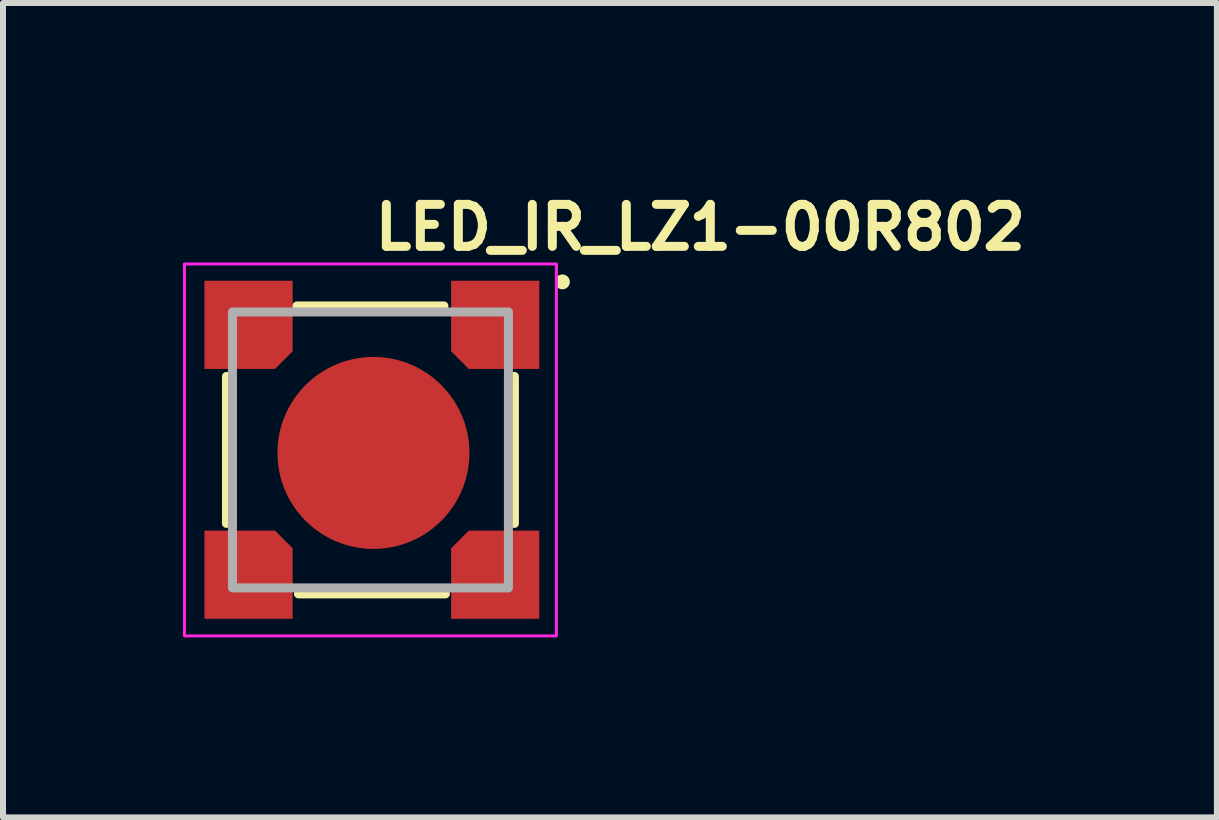
<source format=kicad_pcb>
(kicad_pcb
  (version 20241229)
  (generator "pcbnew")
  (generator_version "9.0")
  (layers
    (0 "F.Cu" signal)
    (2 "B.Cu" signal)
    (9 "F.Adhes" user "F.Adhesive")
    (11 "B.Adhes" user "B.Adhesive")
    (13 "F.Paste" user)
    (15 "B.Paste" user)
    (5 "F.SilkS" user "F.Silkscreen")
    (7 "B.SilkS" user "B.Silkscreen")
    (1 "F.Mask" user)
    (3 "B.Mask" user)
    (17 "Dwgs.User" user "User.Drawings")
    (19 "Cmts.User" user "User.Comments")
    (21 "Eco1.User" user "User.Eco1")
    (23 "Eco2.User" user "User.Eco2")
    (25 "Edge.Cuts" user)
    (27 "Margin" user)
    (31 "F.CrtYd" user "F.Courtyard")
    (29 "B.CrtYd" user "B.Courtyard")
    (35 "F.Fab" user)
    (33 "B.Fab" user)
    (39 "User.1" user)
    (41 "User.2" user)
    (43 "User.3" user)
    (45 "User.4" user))
  (footprint "LED_IR_LZ1-00R802"
    (layer "F.Cu")
    (at 3.125 4.45)
    (property "Reference" "LED_IR_LZ1-00R802" (at 0 -3.3 0) (unlocked yes) (layer "F.SilkS") (effects (font (size 0.7 0.7) (thickness 0.15)) (justify left bottom)))
    (attr smd)
    (fp_line (start -2.4 -1.225) (end -2.4 1.225) (stroke (width 0.15) (type solid)) (layer "F.SilkS"))
    (fp_line (start 1.225 -2.4) (end -1.225 -2.4) (stroke (width 0.15) (type solid)) (layer "F.SilkS"))
    (fp_line (start 1.25 2.4) (end -1.2 2.4) (stroke (width 0.15) (type solid)) (layer "F.SilkS"))
    (fp_line (start 2.4 -1.225) (end 2.4 1.225) (stroke (width 0.15) (type solid)) (layer "F.SilkS"))
    (fp_circle (center 3.2 -2.801) (end 3.249 -2.801) (stroke (width 0.15) (type solid)) (fill yes) (layer "F.SilkS"))
    (fp_rect (start -3.1 -3.1) (end 3.1 3.1) (stroke (width 0.05) (type solid)) (fill no) (layer "F.CrtYd"))
    (fp_rect (start -2.3 -2.3) (end 2.3 2.3) (stroke (width 0.15) (type solid)) (fill no) (layer "F.Fab"))
    (fp_rect (start -2.202 -2.202) (end 2.2 2.2) (stroke (width 0.1) (type solid)) (fill no) (layer "User.5"))
    (fp_line (start -2.202 -1.851) (end -2.202 1.85) (stroke (width 0.02) (type solid)) (layer "User.9"))
    (fp_line (start -2.202 1.85) (end -2.183 1.85) (stroke (width 0.02) (type solid)) (layer "User.9"))
    (fp_line (start -2.183 -1.851) (end -2.202 -1.851) (stroke (width 0.02) (type solid)) (layer "User.9"))
    (fp_line (start -2.183 1.85) (end -2.166 1.85) (stroke (width 0.02) (type solid)) (layer "User.9"))
    (fp_line (start -2.166 -1.853) (end -2.183 -1.851) (stroke (width 0.02) (type solid)) (layer "User.9"))
    (fp_line (start -2.166 1.85) (end -2.149 1.852) (stroke (width 0.02) (type solid)) (layer "User.9"))
    (fp_line (start -2.149 -1.855) (end -2.166 -1.853) (stroke (width 0.02) (type solid)) (layer "User.9"))
    (fp_line (start -2.149 1.852) (end -2.133 1.856) (stroke (width 0.02) (type solid)) (layer "User.9"))
    (fp_line (start -2.133 -1.857) (end -2.149 -1.855) (stroke (width 0.02) (type solid)) (layer "User.9"))
    (fp_line (start -2.133 1.856) (end -2.116 1.86) (stroke (width 0.02) (type solid)) (layer "User.9"))
    (fp_line (start -2.116 -1.861) (end -2.133 -1.857) (stroke (width 0.02) (type solid)) (layer "User.9"))
    (fp_line (start -2.116 1.86) (end -2.1 1.864) (stroke (width 0.02) (type solid)) (layer "User.9"))
    (fp_line (start -2.1 -1.867) (end -2.116 -1.861) (stroke (width 0.02) (type solid)) (layer "User.9"))
    (fp_line (start -2.1 1.864) (end -2.082 1.87) (stroke (width 0.02) (type solid)) (layer "User.9"))
    (fp_line (start -2.082 -1.871) (end -2.1 -1.867) (stroke (width 0.02) (type solid)) (layer "User.9"))
    (fp_line (start -2.082 1.87) (end -2.068 1.876) (stroke (width 0.02) (type solid)) (layer "User.9"))
    (fp_line (start -2.068 -1.877) (end -2.082 -1.871) (stroke (width 0.02) (type solid)) (layer "User.9"))
    (fp_line (start -2.068 1.876) (end -2.052 1.882) (stroke (width 0.02) (type solid)) (layer "User.9"))
    (fp_line (start -2.052 -1.885) (end -2.068 -1.877) (stroke (width 0.02) (type solid)) (layer "User.9"))
    (fp_line (start -2.052 1.882) (end -2.036 1.89) (stroke (width 0.02) (type solid)) (layer "User.9"))
    (fp_line (start -2.036 -1.893) (end -2.052 -1.885) (stroke (width 0.02) (type solid)) (layer "User.9"))
    (fp_line (start -2.036 1.89) (end -2.021 1.898) (stroke (width 0.02) (type solid)) (layer "User.9"))
    (fp_line (start -2.021 -1.901) (end -2.036 -1.893) (stroke (width 0.02) (type solid)) (layer "User.9"))
    (fp_line (start -2.021 1.898) (end -2.007 1.908) (stroke (width 0.02) (type solid)) (layer "User.9"))
    (fp_line (start -2.007 -1.909) (end -2.021 -1.901) (stroke (width 0.02) (type solid)) (layer "User.9"))
    (fp_line (start -2.007 1.908) (end -1.992 1.918) (stroke (width 0.02) (type solid)) (layer "User.9"))
    (fp_line (start -1.992 -1.919) (end -2.007 -1.909) (stroke (width 0.02) (type solid)) (layer "User.9"))
    (fp_line (start -1.992 1.918) (end -1.98 1.929) (stroke (width 0.02) (type solid)) (layer "User.9"))
    (fp_line (start -1.98 -1.93) (end -1.992 -1.919) (stroke (width 0.02) (type solid)) (layer "User.9"))
    (fp_line (start -1.98 1.929) (end -1.966 1.939) (stroke (width 0.02) (type solid)) (layer "User.9"))
    (fp_line (start -1.966 -1.942) (end -1.98 -1.93) (stroke (width 0.02) (type solid)) (layer "User.9"))
    (fp_line (start -1.966 1.939) (end -1.954 1.951) (stroke (width 0.02) (type solid)) (layer "User.9"))
    (fp_line (start -1.954 -1.954) (end -1.966 -1.942) (stroke (width 0.02) (type solid)) (layer "User.9"))
    (fp_line (start -1.954 -1.954) (end -1.954 -1.954) (stroke (width 0.02) (type solid)) (layer "User.9"))
    (fp_line (start -1.954 1.951) (end -1.954 1.951) (stroke (width 0.02) (type solid)) (layer "User.9"))
    (fp_line (start -1.954 1.951) (end -1.942 1.965) (stroke (width 0.02) (type solid)) (layer "User.9"))
    (fp_line (start -1.942 -1.966) (end -1.954 -1.954) (stroke (width 0.02) (type solid)) (layer "User.9"))
    (fp_line (start -1.942 1.965) (end -1.93 1.977) (stroke (width 0.02) (type solid)) (layer "User.9"))
    (fp_line (start -1.93 -1.98) (end -1.942 -1.966) (stroke (width 0.02) (type solid)) (layer "User.9"))
    (fp_line (start -1.93 1.977) (end -1.919 1.991) (stroke (width 0.02) (type solid)) (layer "User.9"))
    (fp_line (start -1.919 -1.992) (end -1.93 -1.98) (stroke (width 0.02) (type solid)) (layer "User.9"))
    (fp_line (start -1.919 1.991) (end -1.909 2.004) (stroke (width 0.02) (type solid)) (layer "User.9"))
    (fp_line (start -1.909 -2.007) (end -1.919 -1.992) (stroke (width 0.02) (type solid)) (layer "User.9"))
    (fp_line (start -1.909 2.004) (end -1.901 2.019) (stroke (width 0.02) (type solid)) (layer "User.9"))
    (fp_line (start -1.901 -2.021) (end -1.909 -2.007) (stroke (width 0.02) (type solid)) (layer "User.9"))
    (fp_line (start -1.901 2.019) (end -1.893 2.035) (stroke (width 0.02) (type solid)) (layer "User.9"))
    (fp_line (start -1.893 -2.036) (end -1.901 -2.021) (stroke (width 0.02) (type solid)) (layer "User.9"))
    (fp_line (start -1.893 2.035) (end -1.885 2.049) (stroke (width 0.02) (type solid)) (layer "User.9"))
    (fp_line (start -1.885 -2.052) (end -1.893 -2.036) (stroke (width 0.02) (type solid)) (layer "User.9"))
    (fp_line (start -1.885 2.049) (end -1.877 2.065) (stroke (width 0.02) (type solid)) (layer "User.9"))
    (fp_line (start -1.877 -2.068) (end -1.885 -2.052) (stroke (width 0.02) (type solid)) (layer "User.9"))
    (fp_line (start -1.877 2.065) (end -1.871 2.08) (stroke (width 0.02) (type solid)) (layer "User.9"))
    (fp_line (start -1.871 -2.082) (end -1.877 -2.068) (stroke (width 0.02) (type solid)) (layer "User.9"))
    (fp_line (start -1.871 2.08) (end -1.867 2.097) (stroke (width 0.02) (type solid)) (layer "User.9"))
    (fp_line (start -1.867 -2.1) (end -1.871 -2.082) (stroke (width 0.02) (type solid)) (layer "User.9"))
    (fp_line (start -1.867 2.097) (end -1.861 2.113) (stroke (width 0.02) (type solid)) (layer "User.9"))
    (fp_line (start -1.861 -2.116) (end -1.867 -2.1) (stroke (width 0.02) (type solid)) (layer "User.9"))
    (fp_line (start -1.861 2.113) (end -1.857 2.131) (stroke (width 0.02) (type solid)) (layer "User.9"))
    (fp_line (start -1.857 -2.133) (end -1.861 -2.116) (stroke (width 0.02) (type solid)) (layer "User.9"))
    (fp_line (start -1.857 2.131) (end -1.855 2.148) (stroke (width 0.02) (type solid)) (layer "User.9"))
    (fp_line (start -1.855 -2.149) (end -1.857 -2.133) (stroke (width 0.02) (type solid)) (layer "User.9"))
    (fp_line (start -1.855 2.148) (end -1.853 2.164) (stroke (width 0.02) (type solid)) (layer "User.9"))
    (fp_line (start -1.853 -2.166) (end -1.855 -2.149) (stroke (width 0.02) (type solid)) (layer "User.9"))
    (fp_line (start -1.853 2.164) (end -1.851 2.181) (stroke (width 0.02) (type solid)) (layer "User.9"))
    (fp_line (start -1.851 -2.202) (end -1.851 -2.183) (stroke (width 0.02) (type solid)) (layer "User.9"))
    (fp_line (start -1.851 -2.183) (end -1.853 -2.166) (stroke (width 0.02) (type solid)) (layer "User.9"))
    (fp_line (start -1.851 2.181) (end -1.851 2.2) (stroke (width 0.02) (type solid)) (layer "User.9"))
    (fp_line (start -1.851 2.2) (end 1.85 2.2) (stroke (width 0.02) (type solid)) (layer "User.9"))
    (fp_line (start -1.805 0) (end -1.805 0) (stroke (width 0.02) (type solid)) (layer "User.9"))
    (fp_line (start -1.805 0) (end -1.803 0.091) (stroke (width 0.02) (type solid)) (layer "User.9"))
    (fp_line (start -1.803 -0.093) (end -1.805 0) (stroke (width 0.02) (type solid)) (layer "User.9"))
    (fp_line (start -1.803 0.091) (end -1.797 0.183) (stroke (width 0.02) (type solid)) (layer "User.9"))
    (fp_line (start -1.797 -0.185) (end -1.803 -0.093) (stroke (width 0.02) (type solid)) (layer "User.9"))
    (fp_line (start -1.797 0.183) (end -1.786 0.274) (stroke (width 0.02) (type solid)) (layer "User.9"))
    (fp_line (start -1.786 -0.276) (end -1.797 -0.185) (stroke (width 0.02) (type solid)) (layer "User.9"))
    (fp_line (start -1.786 0.274) (end -1.77 0.362) (stroke (width 0.02) (type solid)) (layer "User.9"))
    (fp_line (start -1.77 -0.364) (end -1.786 -0.276) (stroke (width 0.02) (type solid)) (layer "User.9"))
    (fp_line (start -1.77 0.362) (end -1.75 0.451) (stroke (width 0.02) (type solid)) (layer "User.9"))
    (fp_line (start -1.75 -0.453) (end -1.77 -0.364) (stroke (width 0.02) (type solid)) (layer "User.9"))
    (fp_line (start -1.75 0.451) (end -1.724 0.536) (stroke (width 0.02) (type solid)) (layer "User.9"))
    (fp_line (start -1.724 -0.538) (end -1.75 -0.453) (stroke (width 0.02) (type solid)) (layer "User.9"))
    (fp_line (start -1.724 0.536) (end -1.696 0.619) (stroke (width 0.02) (type solid)) (layer "User.9"))
    (fp_line (start -1.696 -0.621) (end -1.724 -0.538) (stroke (width 0.02) (type solid)) (layer "User.9"))
    (fp_line (start -1.696 0.619) (end -1.665 0.702) (stroke (width 0.02) (type solid)) (layer "User.9"))
    (fp_line (start -1.665 -0.704) (end -1.696 -0.621) (stroke (width 0.02) (type solid)) (layer "User.9"))
    (fp_line (start -1.665 0.702) (end -1.629 0.782) (stroke (width 0.02) (type solid)) (layer "User.9"))
    (fp_line (start -1.629 -0.784) (end -1.665 -0.704) (stroke (width 0.02) (type solid)) (layer "User.9"))
    (fp_line (start -1.629 0.782) (end -1.589 0.859) (stroke (width 0.02) (type solid)) (layer "User.9"))
    (fp_line (start -1.589 -0.861) (end -1.629 -0.784) (stroke (width 0.02) (type solid)) (layer "User.9"))
    (fp_line (start -1.589 0.859) (end -1.545 0.935) (stroke (width 0.02) (type solid)) (layer "User.9"))
    (fp_line (start -1.545 -0.937) (end -1.589 -0.861) (stroke (width 0.02) (type solid)) (layer "User.9"))
    (fp_line (start -1.545 0.935) (end -1.498 1.009) (stroke (width 0.02) (type solid)) (layer "User.9"))
    (fp_line (start -1.498 -1.01) (end -1.545 -0.937) (stroke (width 0.02) (type solid)) (layer "User.9"))
    (fp_line (start -1.498 1.009) (end -1.448 1.078) (stroke (width 0.02) (type solid)) (layer "User.9"))
    (fp_line (start -1.448 -1.081) (end -1.498 -1.01) (stroke (width 0.02) (type solid)) (layer "User.9"))
    (fp_line (start -1.448 1.078) (end -1.393 1.148) (stroke (width 0.02) (type solid)) (layer "User.9"))
    (fp_line (start -1.393 -1.149) (end -1.448 -1.081) (stroke (width 0.02) (type solid)) (layer "User.9"))
    (fp_line (start -1.393 1.148) (end -1.337 1.213) (stroke (width 0.02) (type solid)) (layer "User.9"))
    (fp_line (start -1.337 -1.214) (end -1.393 -1.149) (stroke (width 0.02) (type solid)) (layer "User.9"))
    (fp_line (start -1.337 1.213) (end -1.278 1.275) (stroke (width 0.02) (type solid)) (layer "User.9"))
    (fp_line (start -1.278 -1.278) (end -1.337 -1.214) (stroke (width 0.02) (type solid)) (layer "User.9"))
    (fp_line (start -1.278 1.275) (end -1.214 1.336) (stroke (width 0.02) (type solid)) (layer "User.9"))
    (fp_line (start -1.214 -1.337) (end -1.278 -1.278) (stroke (width 0.02) (type solid)) (layer "User.9"))
    (fp_line (start -1.214 1.336) (end -1.149 1.392) (stroke (width 0.02) (type solid)) (layer "User.9"))
    (fp_line (start -1.149 -1.393) (end -1.214 -1.337) (stroke (width 0.02) (type solid)) (layer "User.9"))
    (fp_line (start -1.149 1.392) (end -1.081 1.445) (stroke (width 0.02) (type solid)) (layer "User.9"))
    (fp_line (start -1.081 -1.448) (end -1.149 -1.393) (stroke (width 0.02) (type solid)) (layer "User.9"))
    (fp_line (start -1.081 1.445) (end -1.01 1.495) (stroke (width 0.02) (type solid)) (layer "User.9"))
    (fp_line (start -1.01 -1.498) (end -1.081 -1.448) (stroke (width 0.02) (type solid)) (layer "User.9"))
    (fp_line (start -1.01 1.495) (end -0.937 1.542) (stroke (width 0.02) (type solid)) (layer "User.9"))
    (fp_line (start -0.937 -1.545) (end -1.01 -1.498) (stroke (width 0.02) (type solid)) (layer "User.9"))
    (fp_line (start -0.937 1.542) (end -0.861 1.586) (stroke (width 0.02) (type solid)) (layer "User.9"))
    (fp_line (start -0.861 -1.589) (end -0.937 -1.545) (stroke (width 0.02) (type solid)) (layer "User.9"))
    (fp_line (start -0.861 1.586) (end -0.784 1.626) (stroke (width 0.02) (type solid)) (layer "User.9"))
    (fp_line (start -0.784 -1.629) (end -0.861 -1.589) (stroke (width 0.02) (type solid)) (layer "User.9"))
    (fp_line (start -0.784 1.626) (end -0.704 1.662) (stroke (width 0.02) (type solid)) (layer "User.9"))
    (fp_line (start -0.704 -1.665) (end -0.784 -1.629) (stroke (width 0.02) (type solid)) (layer "User.9"))
    (fp_line (start -0.704 1.662) (end -0.621 1.695) (stroke (width 0.02) (type solid)) (layer "User.9"))
    (fp_line (start -0.621 -1.696) (end -0.704 -1.665) (stroke (width 0.02) (type solid)) (layer "User.9"))
    (fp_line (start -0.621 1.695) (end -0.538 1.723) (stroke (width 0.02) (type solid)) (layer "User.9"))
    (fp_line (start -0.538 -1.724) (end -0.621 -1.696) (stroke (width 0.02) (type solid)) (layer "User.9"))
    (fp_line (start -0.538 1.723) (end -0.453 1.747) (stroke (width 0.02) (type solid)) (layer "User.9"))
    (fp_line (start -0.453 -1.75) (end -0.538 -1.724) (stroke (width 0.02) (type solid)) (layer "User.9"))
    (fp_line (start -0.453 1.747) (end -0.364 1.767) (stroke (width 0.02) (type solid)) (layer "User.9"))
    (fp_line (start -0.364 -1.77) (end -0.453 -1.75) (stroke (width 0.02) (type solid)) (layer "User.9"))
    (fp_line (start -0.364 1.767) (end -0.276 1.783) (stroke (width 0.02) (type solid)) (layer "User.9"))
    (fp_line (start -0.276 -1.786) (end -0.364 -1.77) (stroke (width 0.02) (type solid)) (layer "User.9"))
    (fp_line (start -0.276 1.783) (end -0.185 1.794) (stroke (width 0.02) (type solid)) (layer "User.9"))
    (fp_line (start -0.185 -1.797) (end -0.276 -1.786) (stroke (width 0.02) (type solid)) (layer "User.9"))
    (fp_line (start -0.185 1.794) (end -0.093 1.802) (stroke (width 0.02) (type solid)) (layer "User.9"))
    (fp_line (start -0.093 -1.803) (end -0.185 -1.797) (stroke (width 0.02) (type solid)) (layer "User.9"))
    (fp_line (start -0.093 1.802) (end 0 1.804) (stroke (width 0.02) (type solid)) (layer "User.9"))
    (fp_line (start 0 -1.805) (end -0.093 -1.803) (stroke (width 0.02) (type solid)) (layer "User.9"))
    (fp_line (start 0 -1.805) (end 0 -1.805) (stroke (width 0.02) (type solid)) (layer "User.9"))
    (fp_line (start 0 1.804) (end 0 1.804) (stroke (width 0.02) (type solid)) (layer "User.9"))
    (fp_line (start 0 1.804) (end 0.091 1.802) (stroke (width 0.02) (type solid)) (layer "User.9"))
    (fp_line (start 0.091 -1.803) (end 0 -1.805) (stroke (width 0.02) (type solid)) (layer "User.9"))
    (fp_line (start 0.091 1.802) (end 0.183 1.794) (stroke (width 0.02) (type solid)) (layer "User.9"))
    (fp_line (start 0.183 -1.797) (end 0.091 -1.803) (stroke (width 0.02) (type solid)) (layer "User.9"))
    (fp_line (start 0.183 1.794) (end 0.274 1.783) (stroke (width 0.02) (type solid)) (layer "User.9"))
    (fp_line (start 0.274 -1.786) (end 0.183 -1.797) (stroke (width 0.02) (type solid)) (layer "User.9"))
    (fp_line (start 0.274 1.783) (end 0.362 1.767) (stroke (width 0.02) (type solid)) (layer "User.9"))
    (fp_line (start 0.362 -1.77) (end 0.274 -1.786) (stroke (width 0.02) (type solid)) (layer "User.9"))
    (fp_line (start 0.362 1.767) (end 0.451 1.747) (stroke (width 0.02) (type solid)) (layer "User.9"))
    (fp_line (start 0.451 -1.75) (end 0.362 -1.77) (stroke (width 0.02) (type solid)) (layer "User.9"))
    (fp_line (start 0.451 1.747) (end 0.536 1.723) (stroke (width 0.02) (type solid)) (layer "User.9"))
    (fp_line (start 0.536 -1.724) (end 0.451 -1.75) (stroke (width 0.02) (type solid)) (layer "User.9"))
    (fp_line (start 0.536 1.723) (end 0.619 1.695) (stroke (width 0.02) (type solid)) (layer "User.9"))
    (fp_line (start 0.619 -1.696) (end 0.536 -1.724) (stroke (width 0.02) (type solid)) (layer "User.9"))
    (fp_line (start 0.619 1.695) (end 0.702 1.662) (stroke (width 0.02) (type solid)) (layer "User.9"))
    (fp_line (start 0.702 -1.665) (end 0.619 -1.696) (stroke (width 0.02) (type solid)) (layer "User.9"))
    (fp_line (start 0.702 1.662) (end 0.782 1.626) (stroke (width 0.02) (type solid)) (layer "User.9"))
    (fp_line (start 0.782 -1.629) (end 0.702 -1.665) (stroke (width 0.02) (type solid)) (layer "User.9"))
    (fp_line (start 0.782 1.626) (end 0.859 1.586) (stroke (width 0.02) (type solid)) (layer "User.9"))
    (fp_line (start 0.859 -1.589) (end 0.782 -1.629) (stroke (width 0.02) (type solid)) (layer "User.9"))
    (fp_line (start 0.859 1.586) (end 0.935 1.542) (stroke (width 0.02) (type solid)) (layer "User.9"))
    (fp_line (start 0.935 -1.545) (end 0.859 -1.589) (stroke (width 0.02) (type solid)) (layer "User.9"))
    (fp_line (start 0.935 1.542) (end 1.009 1.495) (stroke (width 0.02) (type solid)) (layer "User.9"))
    (fp_line (start 1.009 -1.498) (end 0.935 -1.545) (stroke (width 0.02) (type solid)) (layer "User.9"))
    (fp_line (start 1.009 1.495) (end 1.078 1.445) (stroke (width 0.02) (type solid)) (layer "User.9"))
    (fp_line (start 1.078 -1.448) (end 1.009 -1.498) (stroke (width 0.02) (type solid)) (layer "User.9"))
    (fp_line (start 1.078 1.445) (end 1.148 1.392) (stroke (width 0.02) (type solid)) (layer "User.9"))
    (fp_line (start 1.148 -1.393) (end 1.078 -1.448) (stroke (width 0.02) (type solid)) (layer "User.9"))
    (fp_line (start 1.148 1.392) (end 1.213 1.336) (stroke (width 0.02) (type solid)) (layer "User.9"))
    (fp_line (start 1.213 -1.337) (end 1.148 -1.393) (stroke (width 0.02) (type solid)) (layer "User.9"))
    (fp_line (start 1.213 1.336) (end 1.275 1.275) (stroke (width 0.02) (type solid)) (layer "User.9"))
    (fp_line (start 1.275 -1.278) (end 1.213 -1.337) (stroke (width 0.02) (type solid)) (layer "User.9"))
    (fp_line (start 1.275 1.275) (end 1.336 1.213) (stroke (width 0.02) (type solid)) (layer "User.9"))
    (fp_line (start 1.336 -1.214) (end 1.275 -1.278) (stroke (width 0.02) (type solid)) (layer "User.9"))
    (fp_line (start 1.336 1.213) (end 1.392 1.148) (stroke (width 0.02) (type solid)) (layer "User.9"))
    (fp_line (start 1.35 -1.851) (end 1.35 -1.351) (stroke (width 0.02) (type solid)) (layer "User.9"))
    (fp_line (start 1.35 -1.351) (end 1.85 -1.351) (stroke (width 0.02) (type solid)) (layer "User.9"))
    (fp_line (start 1.392 -1.149) (end 1.336 -1.214) (stroke (width 0.02) (type solid)) (layer "User.9"))
    (fp_line (start 1.392 1.148) (end 1.445 1.078) (stroke (width 0.02) (type solid)) (layer "User.9"))
    (fp_line (start 1.445 -1.081) (end 1.392 -1.149) (stroke (width 0.02) (type solid)) (layer "User.9"))
    (fp_line (start 1.445 1.078) (end 1.495 1.009) (stroke (width 0.02) (type solid)) (layer "User.9"))
    (fp_line (start 1.495 -1.01) (end 1.445 -1.081) (stroke (width 0.02) (type solid)) (layer "User.9"))
    (fp_line (start 1.495 1.009) (end 1.542 0.935) (stroke (width 0.02) (type solid)) (layer "User.9"))
    (fp_line (start 1.542 -0.937) (end 1.495 -1.01) (stroke (width 0.02) (type solid)) (layer "User.9"))
    (fp_line (start 1.542 0.935) (end 1.586 0.859) (stroke (width 0.02) (type solid)) (layer "User.9"))
    (fp_line (start 1.586 -0.861) (end 1.542 -0.937) (stroke (width 0.02) (type solid)) (layer "User.9"))
    (fp_line (start 1.586 0.859) (end 1.626 0.782) (stroke (width 0.02) (type solid)) (layer "User.9"))
    (fp_line (start 1.626 -0.784) (end 1.586 -0.861) (stroke (width 0.02) (type solid)) (layer "User.9"))
    (fp_line (start 1.626 0.782) (end 1.662 0.702) (stroke (width 0.02) (type solid)) (layer "User.9"))
    (fp_line (start 1.662 -0.704) (end 1.626 -0.784) (stroke (width 0.02) (type solid)) (layer "User.9"))
    (fp_line (start 1.662 0.702) (end 1.695 0.619) (stroke (width 0.02) (type solid)) (layer "User.9"))
    (fp_line (start 1.695 -0.621) (end 1.662 -0.704) (stroke (width 0.02) (type solid)) (layer "User.9"))
    (fp_line (start 1.695 0.619) (end 1.723 0.536) (stroke (width 0.02) (type solid)) (layer "User.9"))
    (fp_line (start 1.723 -0.538) (end 1.695 -0.621) (stroke (width 0.02) (type solid)) (layer "User.9"))
    (fp_line (start 1.723 0.536) (end 1.747 0.451) (stroke (width 0.02) (type solid)) (layer "User.9"))
    (fp_line (start 1.747 -0.453) (end 1.723 -0.538) (stroke (width 0.02) (type solid)) (layer "User.9"))
    (fp_line (start 1.747 0.451) (end 1.767 0.362) (stroke (width 0.02) (type solid)) (layer "User.9"))
    (fp_line (start 1.767 -0.364) (end 1.747 -0.453) (stroke (width 0.02) (type solid)) (layer "User.9"))
    (fp_line (start 1.767 0.362) (end 1.783 0.274) (stroke (width 0.02) (type solid)) (layer "User.9"))
    (fp_line (start 1.783 -0.276) (end 1.767 -0.364) (stroke (width 0.02) (type solid)) (layer "User.9"))
    (fp_line (start 1.783 0.274) (end 1.794 0.183) (stroke (width 0.02) (type solid)) (layer "User.9"))
    (fp_line (start 1.794 -0.185) (end 1.783 -0.276) (stroke (width 0.02) (type solid)) (layer "User.9"))
    (fp_line (start 1.794 0.183) (end 1.802 0.091) (stroke (width 0.02) (type solid)) (layer "User.9"))
    (fp_line (start 1.802 -0.093) (end 1.794 -0.185) (stroke (width 0.02) (type solid)) (layer "User.9"))
    (fp_line (start 1.802 0.091) (end 1.804 0) (stroke (width 0.02) (type solid)) (layer "User.9"))
    (fp_line (start 1.804 0) (end 1.802 -0.093) (stroke (width 0.02) (type solid)) (layer "User.9"))
    (fp_line (start 1.804 0) (end 1.804 0) (stroke (width 0.02) (type solid)) (layer "User.9"))
    (fp_line (start 1.804 0) (end 1.804 0) (stroke (width 0.02) (type solid)) (layer "User.9"))
    (fp_line (start 1.85 -2.202) (end -1.851 -2.202) (stroke (width 0.02) (type solid)) (layer "User.9"))
    (fp_line (start 1.85 -2.183) (end 1.85 -2.202) (stroke (width 0.02) (type solid)) (layer "User.9"))
    (fp_line (start 1.85 -2.166) (end 1.85 -2.183) (stroke (width 0.02) (type solid)) (layer "User.9"))
    (fp_line (start 1.85 -1.851) (end 1.35 -1.851) (stroke (width 0.02) (type solid)) (layer "User.9"))
    (fp_line (start 1.85 -1.351) (end 1.85 -1.851) (stroke (width 0.02) (type solid)) (layer "User.9"))
    (fp_line (start 1.85 2.164) (end 1.852 2.148) (stroke (width 0.02) (type solid)) (layer "User.9"))
    (fp_line (start 1.85 2.181) (end 1.85 2.164) (stroke (width 0.02) (type solid)) (layer "User.9"))
    (fp_line (start 1.85 2.2) (end 1.85 2.181) (stroke (width 0.02) (type solid)) (layer "User.9"))
    (fp_line (start 1.852 -2.149) (end 1.85 -2.166) (stroke (width 0.02) (type solid)) (layer "User.9"))
    (fp_line (start 1.852 2.148) (end 1.856 2.131) (stroke (width 0.02) (type solid)) (layer "User.9"))
    (fp_line (start 1.856 -2.133) (end 1.852 -2.149) (stroke (width 0.02) (type solid)) (layer "User.9"))
    (fp_line (start 1.856 2.131) (end 1.86 2.113) (stroke (width 0.02) (type solid)) (layer "User.9"))
    (fp_line (start 1.86 -2.116) (end 1.856 -2.133) (stroke (width 0.02) (type solid)) (layer "User.9"))
    (fp_line (start 1.86 2.113) (end 1.864 2.097) (stroke (width 0.02) (type solid)) (layer "User.9"))
    (fp_line (start 1.864 -2.1) (end 1.86 -2.116) (stroke (width 0.02) (type solid)) (layer "User.9"))
    (fp_line (start 1.864 2.097) (end 1.87 2.08) (stroke (width 0.02) (type solid)) (layer "User.9"))
    (fp_line (start 1.87 -2.082) (end 1.864 -2.1) (stroke (width 0.02) (type solid)) (layer "User.9"))
    (fp_line (start 1.87 2.08) (end 1.876 2.065) (stroke (width 0.02) (type solid)) (layer "User.9"))
    (fp_line (start 1.876 -2.068) (end 1.87 -2.082) (stroke (width 0.02) (type solid)) (layer "User.9"))
    (fp_line (start 1.876 2.065) (end 1.882 2.049) (stroke (width 0.02) (type solid)) (layer "User.9"))
    (fp_line (start 1.882 -2.052) (end 1.876 -2.068) (stroke (width 0.02) (type solid)) (layer "User.9"))
    (fp_line (start 1.882 2.049) (end 1.89 2.035) (stroke (width 0.02) (type solid)) (layer "User.9"))
    (fp_line (start 1.89 -2.036) (end 1.882 -2.052) (stroke (width 0.02) (type solid)) (layer "User.9"))
    (fp_line (start 1.89 2.035) (end 1.898 2.019) (stroke (width 0.02) (type solid)) (layer "User.9"))
    (fp_line (start 1.898 -2.021) (end 1.89 -2.036) (stroke (width 0.02) (type solid)) (layer "User.9"))
    (fp_line (start 1.898 2.019) (end 1.908 2.004) (stroke (width 0.02) (type solid)) (layer "User.9"))
    (fp_line (start 1.908 -2.007) (end 1.898 -2.021) (stroke (width 0.02) (type solid)) (layer "User.9"))
    (fp_line (start 1.908 2.004) (end 1.918 1.991) (stroke (width 0.02) (type solid)) (layer "User.9"))
    (fp_line (start 1.918 -1.992) (end 1.908 -2.007) (stroke (width 0.02) (type solid)) (layer "User.9"))
    (fp_line (start 1.918 1.991) (end 1.929 1.977) (stroke (width 0.02) (type solid)) (layer "User.9"))
    (fp_line (start 1.929 -1.98) (end 1.918 -1.992) (stroke (width 0.02) (type solid)) (layer "User.9"))
    (fp_line (start 1.929 1.977) (end 1.939 1.965) (stroke (width 0.02) (type solid)) (layer "User.9"))
    (fp_line (start 1.939 -1.966) (end 1.929 -1.98) (stroke (width 0.02) (type solid)) (layer "User.9"))
    (fp_line (start 1.939 1.965) (end 1.951 1.951) (stroke (width 0.02) (type solid)) (layer "User.9"))
    (fp_line (start 1.951 -1.954) (end 1.939 -1.966) (stroke (width 0.02) (type solid)) (layer "User.9"))
    (fp_line (start 1.951 -1.954) (end 1.951 -1.954) (stroke (width 0.02) (type solid)) (layer "User.9"))
    (fp_line (start 1.951 1.951) (end 1.951 1.951) (stroke (width 0.02) (type solid)) (layer "User.9"))
    (fp_line (start 1.951 1.951) (end 1.965 1.939) (stroke (width 0.02) (type solid)) (layer "User.9"))
    (fp_line (start 1.965 -1.942) (end 1.951 -1.954) (stroke (width 0.02) (type solid)) (layer "User.9"))
    (fp_line (start 1.965 1.939) (end 1.977 1.929) (stroke (width 0.02) (type solid)) (layer "User.9"))
    (fp_line (start 1.977 -1.93) (end 1.965 -1.942) (stroke (width 0.02) (type solid)) (layer "User.9"))
    (fp_line (start 1.977 1.929) (end 1.991 1.918) (stroke (width 0.02) (type solid)) (layer "User.9"))
    (fp_line (start 1.991 -1.919) (end 1.977 -1.93) (stroke (width 0.02) (type solid)) (layer "User.9"))
    (fp_line (start 1.991 1.918) (end 2.004 1.908) (stroke (width 0.02) (type solid)) (layer "User.9"))
    (fp_line (start 2.004 -1.909) (end 1.991 -1.919) (stroke (width 0.02) (type solid)) (layer "User.9"))
    (fp_line (start 2.004 1.908) (end 2.019 1.898) (stroke (width 0.02) (type solid)) (layer "User.9"))
    (fp_line (start 2.019 -1.901) (end 2.004 -1.909) (stroke (width 0.02) (type solid)) (layer "User.9"))
    (fp_line (start 2.019 1.898) (end 2.035 1.89) (stroke (width 0.02) (type solid)) (layer "User.9"))
    (fp_line (start 2.035 -1.893) (end 2.019 -1.901) (stroke (width 0.02) (type solid)) (layer "User.9"))
    (fp_line (start 2.035 1.89) (end 2.049 1.882) (stroke (width 0.02) (type solid)) (layer "User.9"))
    (fp_line (start 2.049 -1.885) (end 2.035 -1.893) (stroke (width 0.02) (type solid)) (layer "User.9"))
    (fp_line (start 2.049 1.882) (end 2.065 1.876) (stroke (width 0.02) (type solid)) (layer "User.9"))
    (fp_line (start 2.065 -1.877) (end 2.049 -1.885) (stroke (width 0.02) (type solid)) (layer "User.9"))
    (fp_line (start 2.065 1.876) (end 2.08 1.87) (stroke (width 0.02) (type solid)) (layer "User.9"))
    (fp_line (start 2.08 -1.871) (end 2.065 -1.877) (stroke (width 0.02) (type solid)) (layer "User.9"))
    (fp_line (start 2.08 1.87) (end 2.097 1.864) (stroke (width 0.02) (type solid)) (layer "User.9"))
    (fp_line (start 2.097 -1.867) (end 2.08 -1.871) (stroke (width 0.02) (type solid)) (layer "User.9"))
    (fp_line (start 2.097 1.864) (end 2.113 1.86) (stroke (width 0.02) (type solid)) (layer "User.9"))
    (fp_line (start 2.113 -1.861) (end 2.097 -1.867) (stroke (width 0.02) (type solid)) (layer "User.9"))
    (fp_line (start 2.113 1.86) (end 2.131 1.856) (stroke (width 0.02) (type solid)) (layer "User.9"))
    (fp_line (start 2.131 -1.857) (end 2.113 -1.861) (stroke (width 0.02) (type solid)) (layer "User.9"))
    (fp_line (start 2.131 1.856) (end 2.148 1.852) (stroke (width 0.02) (type solid)) (layer "User.9"))
    (fp_line (start 2.148 -1.855) (end 2.131 -1.857) (stroke (width 0.02) (type solid)) (layer "User.9"))
    (fp_line (start 2.148 1.852) (end 2.164 1.85) (stroke (width 0.02) (type solid)) (layer "User.9"))
    (fp_line (start 2.164 -1.853) (end 2.148 -1.855) (stroke (width 0.02) (type solid)) (layer "User.9"))
    (fp_line (start 2.164 1.85) (end 2.181 1.85) (stroke (width 0.02) (type solid)) (layer "User.9"))
    (fp_line (start 2.181 -1.851) (end 2.164 -1.853) (stroke (width 0.02) (type solid)) (layer "User.9"))
    (fp_line (start 2.181 1.85) (end 2.2 1.85) (stroke (width 0.02) (type solid)) (layer "User.9"))
    (fp_line (start 2.2 -1.851) (end 2.181 -1.851) (stroke (width 0.02) (type solid)) (layer "User.9"))
    (fp_line (start 2.2 1.85) (end 2.2 -1.851) (stroke (width 0.02) (type solid)) (layer "User.9"))
    (pad "1" smd roundrect (at -2.032 -2.085 180) (size 1.47 1.47) (layers "F.Cu" "F.Mask" "F.Paste") (roundrect_rratio 0) (chamfer_ratio 0.2) (chamfer top_left))
    (pad "2" smd roundrect (at 2.08 -2.085 90) (size 1.47 1.47) (layers "F.Cu" "F.Mask" "F.Paste") (roundrect_rratio 0) (chamfer_ratio 0.2) (chamfer top_left))
    (pad "3" smd roundrect (at 2.08 2.08) (size 1.47 1.47) (layers "F.Cu" "F.Mask" "F.Paste") (roundrect_rratio 0) (chamfer_ratio 0.2) (chamfer top_left))
    (pad "4" smd roundrect (at -2.032 2.08 270) (size 1.47 1.47) (layers "F.Cu" "F.Mask" "F.Paste") (roundrect_rratio 0) (chamfer_ratio 0.2) (chamfer top_left))
    (pad "5" smd circle (at 0.05 0.05 270) (size 3.2 3.2) (layers "F.Cu" "F.Mask" "F.Paste")))
  (gr_rect
    (start -3 -3)
    (end 17.235 10.575)
    (stroke (width 0.1) (type default))
    (fill no)
    (layer "Edge.Cuts")))
</source>
